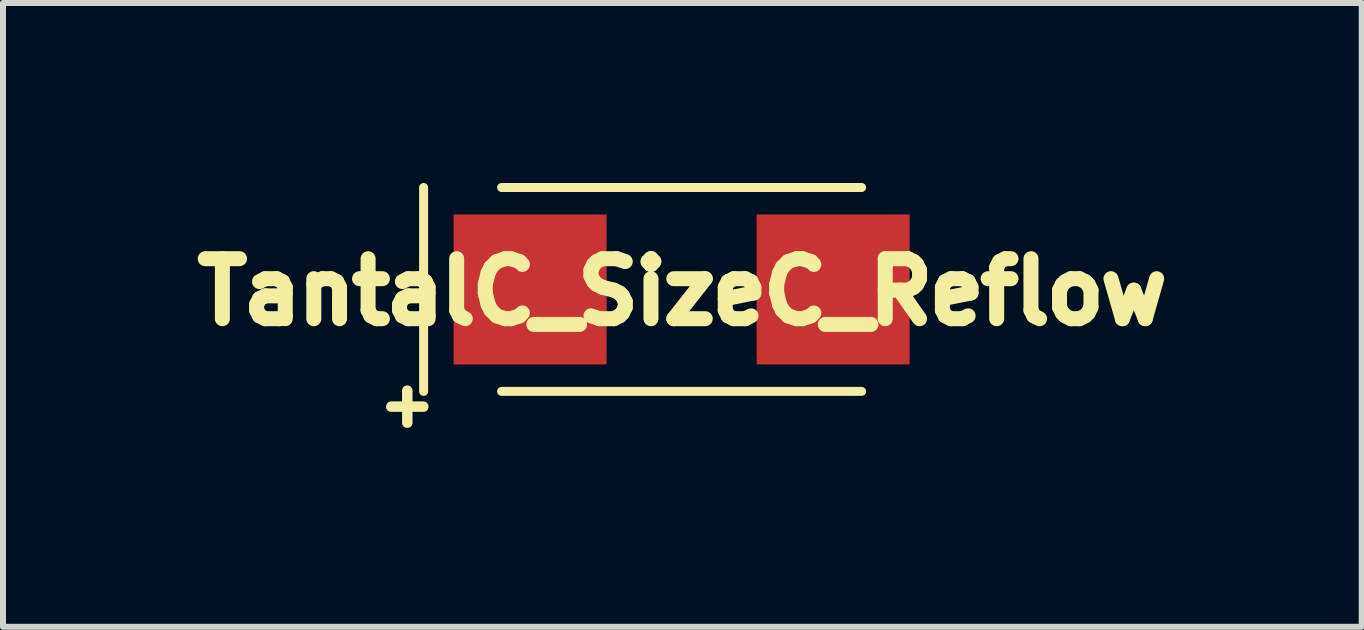
<source format=kicad_pcb>
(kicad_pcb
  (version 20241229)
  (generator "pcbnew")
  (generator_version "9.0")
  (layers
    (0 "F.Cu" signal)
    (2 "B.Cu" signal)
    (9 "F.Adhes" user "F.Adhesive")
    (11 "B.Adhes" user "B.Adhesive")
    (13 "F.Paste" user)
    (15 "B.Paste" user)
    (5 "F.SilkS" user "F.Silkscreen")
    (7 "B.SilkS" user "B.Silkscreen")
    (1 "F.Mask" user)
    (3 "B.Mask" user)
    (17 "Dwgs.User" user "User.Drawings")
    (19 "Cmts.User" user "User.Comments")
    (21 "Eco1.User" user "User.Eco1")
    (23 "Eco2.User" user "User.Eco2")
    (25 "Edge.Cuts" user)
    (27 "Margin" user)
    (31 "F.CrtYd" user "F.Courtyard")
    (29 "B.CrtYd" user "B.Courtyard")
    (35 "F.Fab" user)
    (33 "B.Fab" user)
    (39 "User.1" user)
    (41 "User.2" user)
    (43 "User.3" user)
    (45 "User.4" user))
  (footprint "TantalC_SizeC_Reflow"
    (layer "F.Cu")
    (at 8.31 1.774)
    (property "Reference" "TantalC_SizeC_Reflow" (at 0.013 0.038 0) (layer "F.SilkS") (effects (font (size 1 1) (thickness 0.25))))
    (attr smd)
    (fp_line (start -4.3 -1.699) (end -4.3 1.699) (stroke (width 0.15) (type solid)) (layer "F.SilkS"))
    (fp_line (start 3 -1.699) (end -3 -1.699) (stroke (width 0.15) (type solid)) (layer "F.SilkS"))
    (fp_line (start 3 1.699) (end -3 1.699) (stroke (width 0.15) (type solid)) (layer "F.SilkS"))
    (fp_text user "+" (at -4.572 1.905 0) (layer "F.SilkS") (effects (font (size 0.7 0.7) (thickness 0.175))))
    (pad "1" smd rect (at -2.525 0) (size 2.55 2.499) (layers "F.Cu" "F.Mask" "F.Paste"))
    (pad "2" smd rect (at 2.525 0) (size 2.55 2.499) (layers "F.Cu" "F.Mask" "F.Paste")))
  (gr_rect
    (start -3 -3)
    (end 19.645 7.396)
    (stroke (width 0.1) (type default))
    (fill no)
    (layer "Edge.Cuts")))
</source>
